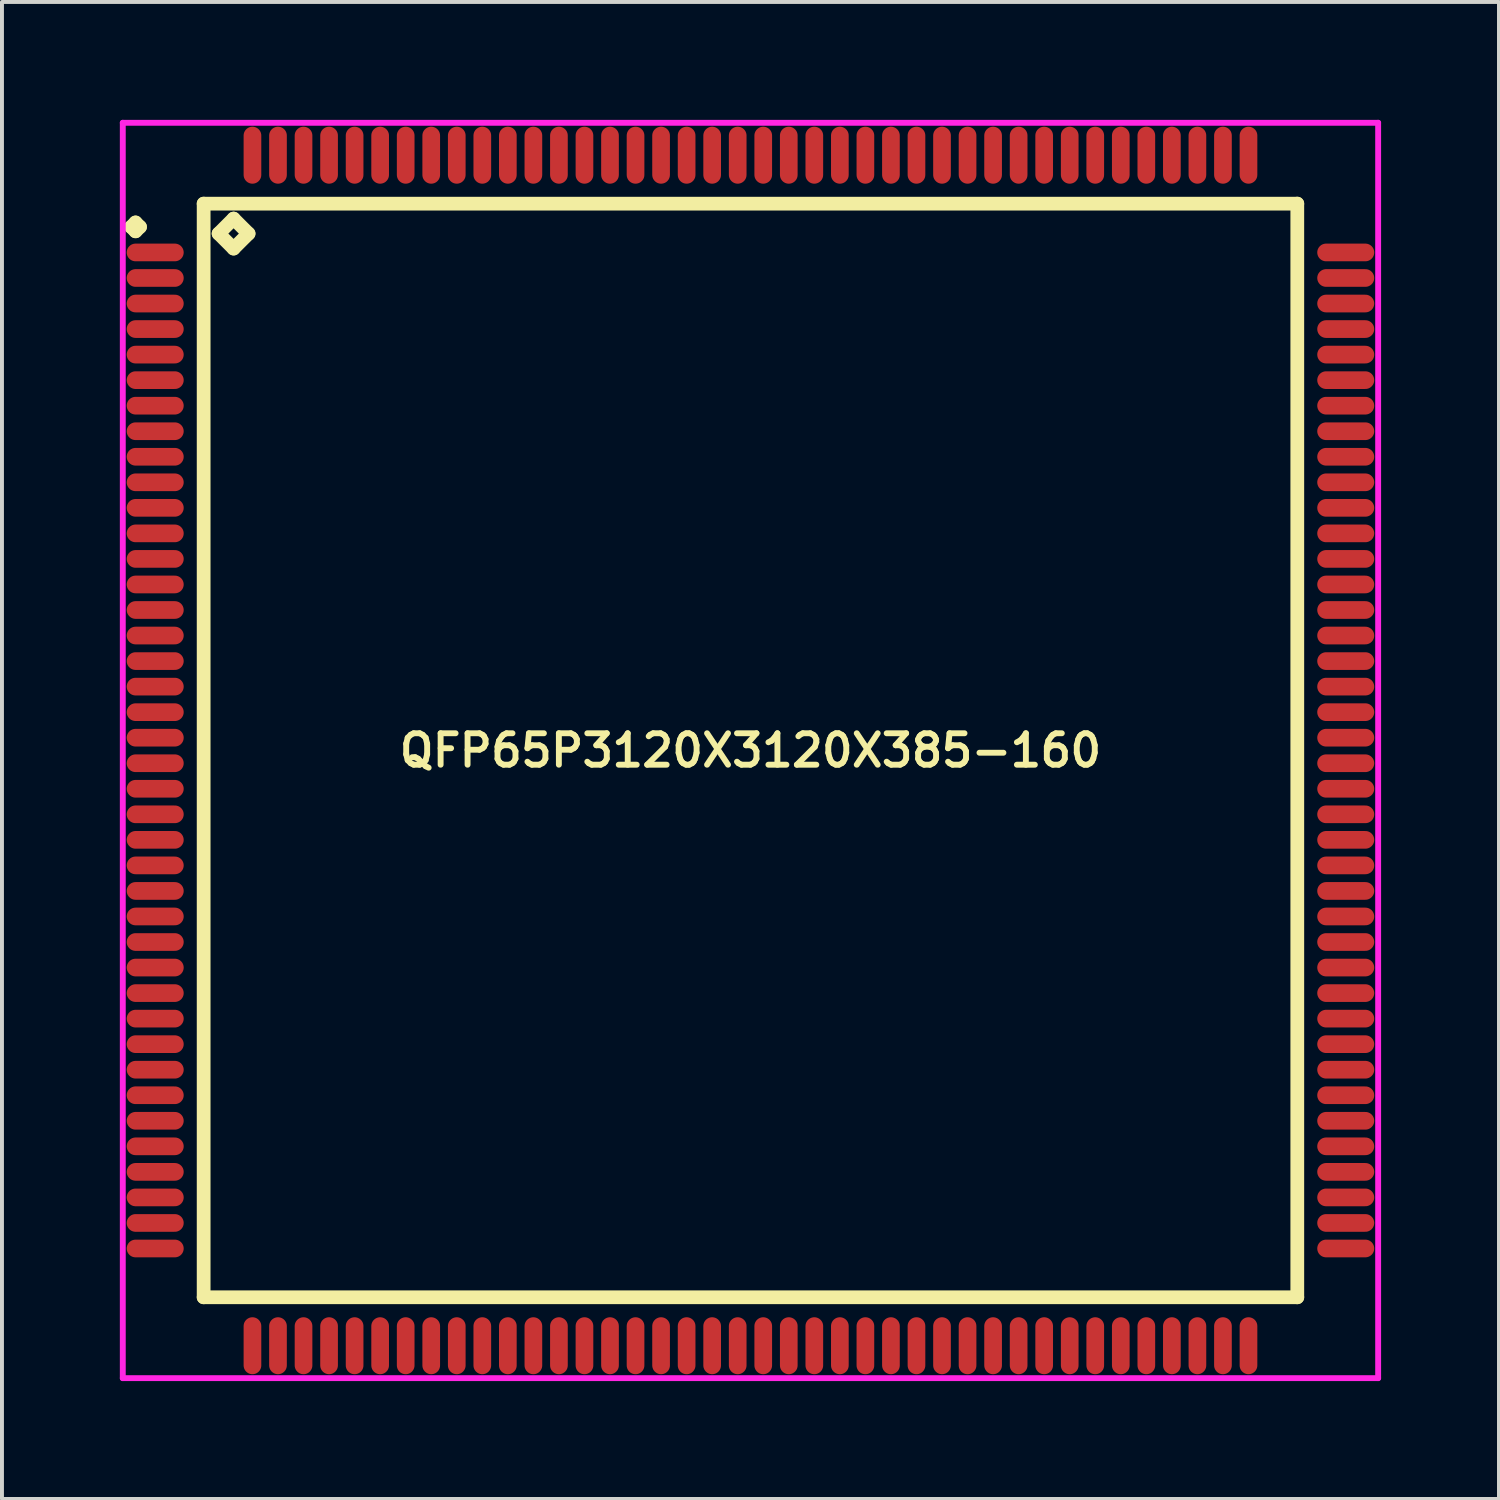
<source format=kicad_pcb>
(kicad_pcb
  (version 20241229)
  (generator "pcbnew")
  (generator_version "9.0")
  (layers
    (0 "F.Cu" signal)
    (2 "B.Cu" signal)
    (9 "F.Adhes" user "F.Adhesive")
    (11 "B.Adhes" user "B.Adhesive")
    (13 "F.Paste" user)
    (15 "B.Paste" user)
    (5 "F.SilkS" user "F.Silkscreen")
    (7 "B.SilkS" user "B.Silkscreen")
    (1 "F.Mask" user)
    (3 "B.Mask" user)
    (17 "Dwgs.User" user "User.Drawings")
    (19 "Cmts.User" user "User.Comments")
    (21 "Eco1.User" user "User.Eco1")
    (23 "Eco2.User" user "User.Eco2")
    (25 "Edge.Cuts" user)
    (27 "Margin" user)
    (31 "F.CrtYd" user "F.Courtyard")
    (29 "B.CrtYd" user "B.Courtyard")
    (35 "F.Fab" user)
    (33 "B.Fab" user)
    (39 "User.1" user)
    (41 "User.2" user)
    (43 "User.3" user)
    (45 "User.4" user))
  (footprint "QFP65P3120X3120X385-160"
    (layer "F.Cu")
    (at 16.05 16.05)
    (property "Reference" "QFP65P3120X3120X385-160" (at 0 0 0) (layer "F.SilkS") (effects (font (size 0.8 0.8) (thickness 0.15))))
    (attr through_hole)
    (fp_line (start -15.762 -13.325) (end -15.65 -13.438) (stroke (width 0.35) (type solid)) (layer "F.SilkS"))
    (fp_line (start -15.65 -13.438) (end -15.537 -13.325) (stroke (width 0.35) (type solid)) (layer "F.SilkS"))
    (fp_line (start -15.65 -13.213) (end -15.762 -13.325) (stroke (width 0.35) (type solid)) (layer "F.SilkS"))
    (fp_line (start -15.537 -13.325) (end -15.65 -13.213) (stroke (width 0.35) (type solid)) (layer "F.SilkS"))
    (fp_line (start -13.917 -13.917) (end -13.917 13.917) (stroke (width 0.35) (type solid)) (layer "F.SilkS"))
    (fp_line (start -13.917 13.917) (end 13.917 13.917) (stroke (width 0.35) (type solid)) (layer "F.SilkS"))
    (fp_line (start -13.536 -13.155) (end -13.155 -13.536) (stroke (width 0.35) (type solid)) (layer "F.SilkS"))
    (fp_line (start -13.155 -13.536) (end -12.774 -13.155) (stroke (width 0.35) (type solid)) (layer "F.SilkS"))
    (fp_line (start -13.155 -12.774) (end -13.536 -13.155) (stroke (width 0.35) (type solid)) (layer "F.SilkS"))
    (fp_line (start -12.774 -13.155) (end -13.155 -12.774) (stroke (width 0.35) (type solid)) (layer "F.SilkS"))
    (fp_line (start 13.917 -13.917) (end -13.917 -13.917) (stroke (width 0.35) (type solid)) (layer "F.SilkS"))
    (fp_line (start 13.917 13.917) (end 13.917 -13.917) (stroke (width 0.35) (type solid)) (layer "F.SilkS"))
    (fp_line (start -15.975 -15.975) (end 15.975 -15.975) (stroke (width 0.15) (type solid)) (layer "F.CrtYd"))
    (fp_line (start -15.975 15.975) (end -15.975 -15.975) (stroke (width 0.15) (type solid)) (layer "F.CrtYd"))
    (fp_line (start 15.975 -15.975) (end 15.975 15.975) (stroke (width 0.15) (type solid)) (layer "F.CrtYd"))
    (fp_line (start 15.975 15.975) (end -15.975 15.975) (stroke (width 0.15) (type solid)) (layer "F.CrtYd"))
    (pad "1" smd oval (at -15.15 -12.675) (size 1.45 0.45) (layers "F.Cu" "F.Mask" "F.Paste"))
    (pad "2" smd oval (at -15.15 -12.025) (size 1.45 0.45) (layers "F.Cu" "F.Mask" "F.Paste"))
    (pad "3" smd oval (at -15.15 -11.375) (size 1.45 0.45) (layers "F.Cu" "F.Mask" "F.Paste"))
    (pad "4" smd oval (at -15.15 -10.725) (size 1.45 0.45) (layers "F.Cu" "F.Mask" "F.Paste"))
    (pad "5" smd oval (at -15.15 -10.075) (size 1.45 0.45) (layers "F.Cu" "F.Mask" "F.Paste"))
    (pad "6" smd oval (at -15.15 -9.425) (size 1.45 0.45) (layers "F.Cu" "F.Mask" "F.Paste"))
    (pad "7" smd oval (at -15.15 -8.775) (size 1.45 0.45) (layers "F.Cu" "F.Mask" "F.Paste"))
    (pad "8" smd oval (at -15.15 -8.125) (size 1.45 0.45) (layers "F.Cu" "F.Mask" "F.Paste"))
    (pad "9" smd oval (at -15.15 -7.475) (size 1.45 0.45) (layers "F.Cu" "F.Mask" "F.Paste"))
    (pad "10" smd oval (at -15.15 -6.825) (size 1.45 0.45) (layers "F.Cu" "F.Mask" "F.Paste"))
    (pad "11" smd oval (at -15.15 -6.175) (size 1.45 0.45) (layers "F.Cu" "F.Mask" "F.Paste"))
    (pad "12" smd oval (at -15.15 -5.525) (size 1.45 0.45) (layers "F.Cu" "F.Mask" "F.Paste"))
    (pad "13" smd oval (at -15.15 -4.875) (size 1.45 0.45) (layers "F.Cu" "F.Mask" "F.Paste"))
    (pad "14" smd oval (at -15.15 -4.225) (size 1.45 0.45) (layers "F.Cu" "F.Mask" "F.Paste"))
    (pad "15" smd oval (at -15.15 -3.575) (size 1.45 0.45) (layers "F.Cu" "F.Mask" "F.Paste"))
    (pad "16" smd oval (at -15.15 -2.925) (size 1.45 0.45) (layers "F.Cu" "F.Mask" "F.Paste"))
    (pad "17" smd oval (at -15.15 -2.275) (size 1.45 0.45) (layers "F.Cu" "F.Mask" "F.Paste"))
    (pad "18" smd oval (at -15.15 -1.625) (size 1.45 0.45) (layers "F.Cu" "F.Mask" "F.Paste"))
    (pad "19" smd oval (at -15.15 -0.975) (size 1.45 0.45) (layers "F.Cu" "F.Mask" "F.Paste"))
    (pad "20" smd oval (at -15.15 -0.325) (size 1.45 0.45) (layers "F.Cu" "F.Mask" "F.Paste"))
    (pad "21" smd oval (at -15.15 0.325) (size 1.45 0.45) (layers "F.Cu" "F.Mask" "F.Paste"))
    (pad "22" smd oval (at -15.15 0.975) (size 1.45 0.45) (layers "F.Cu" "F.Mask" "F.Paste"))
    (pad "23" smd oval (at -15.15 1.625) (size 1.45 0.45) (layers "F.Cu" "F.Mask" "F.Paste"))
    (pad "24" smd oval (at -15.15 2.275) (size 1.45 0.45) (layers "F.Cu" "F.Mask" "F.Paste"))
    (pad "25" smd oval (at -15.15 2.925) (size 1.45 0.45) (layers "F.Cu" "F.Mask" "F.Paste"))
    (pad "26" smd oval (at -15.15 3.575) (size 1.45 0.45) (layers "F.Cu" "F.Mask" "F.Paste"))
    (pad "27" smd oval (at -15.15 4.225) (size 1.45 0.45) (layers "F.Cu" "F.Mask" "F.Paste"))
    (pad "28" smd oval (at -15.15 4.875) (size 1.45 0.45) (layers "F.Cu" "F.Mask" "F.Paste"))
    (pad "29" smd oval (at -15.15 5.525) (size 1.45 0.45) (layers "F.Cu" "F.Mask" "F.Paste"))
    (pad "30" smd oval (at -15.15 6.175) (size 1.45 0.45) (layers "F.Cu" "F.Mask" "F.Paste"))
    (pad "31" smd oval (at -15.15 6.825) (size 1.45 0.45) (layers "F.Cu" "F.Mask" "F.Paste"))
    (pad "32" smd oval (at -15.15 7.475) (size 1.45 0.45) (layers "F.Cu" "F.Mask" "F.Paste"))
    (pad "33" smd oval (at -15.15 8.125) (size 1.45 0.45) (layers "F.Cu" "F.Mask" "F.Paste"))
    (pad "34" smd oval (at -15.15 8.775) (size 1.45 0.45) (layers "F.Cu" "F.Mask" "F.Paste"))
    (pad "35" smd oval (at -15.15 9.425) (size 1.45 0.45) (layers "F.Cu" "F.Mask" "F.Paste"))
    (pad "36" smd oval (at -15.15 10.075) (size 1.45 0.45) (layers "F.Cu" "F.Mask" "F.Paste"))
    (pad "37" smd oval (at -15.15 10.725) (size 1.45 0.45) (layers "F.Cu" "F.Mask" "F.Paste"))
    (pad "38" smd oval (at -15.15 11.375) (size 1.45 0.45) (layers "F.Cu" "F.Mask" "F.Paste"))
    (pad "39" smd oval (at -15.15 12.025) (size 1.45 0.45) (layers "F.Cu" "F.Mask" "F.Paste"))
    (pad "40" smd oval (at -15.15 12.675) (size 1.45 0.45) (layers "F.Cu" "F.Mask" "F.Paste"))
    (pad "41" smd oval (at -12.675 15.15) (size 0.45 1.45) (layers "F.Cu" "F.Mask" "F.Paste"))
    (pad "42" smd oval (at -12.025 15.15) (size 0.45 1.45) (layers "F.Cu" "F.Mask" "F.Paste"))
    (pad "43" smd oval (at -11.375 15.15) (size 0.45 1.45) (layers "F.Cu" "F.Mask" "F.Paste"))
    (pad "44" smd oval (at -10.725 15.15) (size 0.45 1.45) (layers "F.Cu" "F.Mask" "F.Paste"))
    (pad "45" smd oval (at -10.075 15.15) (size 0.45 1.45) (layers "F.Cu" "F.Mask" "F.Paste"))
    (pad "46" smd oval (at -9.425 15.15) (size 0.45 1.45) (layers "F.Cu" "F.Mask" "F.Paste"))
    (pad "47" smd oval (at -8.775 15.15) (size 0.45 1.45) (layers "F.Cu" "F.Mask" "F.Paste"))
    (pad "48" smd oval (at -8.125 15.15) (size 0.45 1.45) (layers "F.Cu" "F.Mask" "F.Paste"))
    (pad "49" smd oval (at -7.475 15.15) (size 0.45 1.45) (layers "F.Cu" "F.Mask" "F.Paste"))
    (pad "50" smd oval (at -6.825 15.15) (size 0.45 1.45) (layers "F.Cu" "F.Mask" "F.Paste"))
    (pad "51" smd oval (at -6.175 15.15) (size 0.45 1.45) (layers "F.Cu" "F.Mask" "F.Paste"))
    (pad "52" smd oval (at -5.525 15.15) (size 0.45 1.45) (layers "F.Cu" "F.Mask" "F.Paste"))
    (pad "53" smd oval (at -4.875 15.15) (size 0.45 1.45) (layers "F.Cu" "F.Mask" "F.Paste"))
    (pad "54" smd oval (at -4.225 15.15) (size 0.45 1.45) (layers "F.Cu" "F.Mask" "F.Paste"))
    (pad "55" smd oval (at -3.575 15.15) (size 0.45 1.45) (layers "F.Cu" "F.Mask" "F.Paste"))
    (pad "56" smd oval (at -2.925 15.15) (size 0.45 1.45) (layers "F.Cu" "F.Mask" "F.Paste"))
    (pad "57" smd oval (at -2.275 15.15) (size 0.45 1.45) (layers "F.Cu" "F.Mask" "F.Paste"))
    (pad "58" smd oval (at -1.625 15.15) (size 0.45 1.45) (layers "F.Cu" "F.Mask" "F.Paste"))
    (pad "59" smd oval (at -0.975 15.15) (size 0.45 1.45) (layers "F.Cu" "F.Mask" "F.Paste"))
    (pad "60" smd oval (at -0.325 15.15) (size 0.45 1.45) (layers "F.Cu" "F.Mask" "F.Paste"))
    (pad "61" smd oval (at 0.325 15.15) (size 0.45 1.45) (layers "F.Cu" "F.Mask" "F.Paste"))
    (pad "62" smd oval (at 0.975 15.15) (size 0.45 1.45) (layers "F.Cu" "F.Mask" "F.Paste"))
    (pad "63" smd oval (at 1.625 15.15) (size 0.45 1.45) (layers "F.Cu" "F.Mask" "F.Paste"))
    (pad "64" smd oval (at 2.275 15.15) (size 0.45 1.45) (layers "F.Cu" "F.Mask" "F.Paste"))
    (pad "65" smd oval (at 2.925 15.15) (size 0.45 1.45) (layers "F.Cu" "F.Mask" "F.Paste"))
    (pad "66" smd oval (at 3.575 15.15) (size 0.45 1.45) (layers "F.Cu" "F.Mask" "F.Paste"))
    (pad "67" smd oval (at 4.225 15.15) (size 0.45 1.45) (layers "F.Cu" "F.Mask" "F.Paste"))
    (pad "68" smd oval (at 4.875 15.15) (size 0.45 1.45) (layers "F.Cu" "F.Mask" "F.Paste"))
    (pad "69" smd oval (at 5.525 15.15) (size 0.45 1.45) (layers "F.Cu" "F.Mask" "F.Paste"))
    (pad "70" smd oval (at 6.175 15.15) (size 0.45 1.45) (layers "F.Cu" "F.Mask" "F.Paste"))
    (pad "71" smd oval (at 6.825 15.15) (size 0.45 1.45) (layers "F.Cu" "F.Mask" "F.Paste"))
    (pad "72" smd oval (at 7.475 15.15) (size 0.45 1.45) (layers "F.Cu" "F.Mask" "F.Paste"))
    (pad "73" smd oval (at 8.125 15.15) (size 0.45 1.45) (layers "F.Cu" "F.Mask" "F.Paste"))
    (pad "74" smd oval (at 8.775 15.15) (size 0.45 1.45) (layers "F.Cu" "F.Mask" "F.Paste"))
    (pad "75" smd oval (at 9.425 15.15) (size 0.45 1.45) (layers "F.Cu" "F.Mask" "F.Paste"))
    (pad "76" smd oval (at 10.075 15.15) (size 0.45 1.45) (layers "F.Cu" "F.Mask" "F.Paste"))
    (pad "77" smd oval (at 10.725 15.15) (size 0.45 1.45) (layers "F.Cu" "F.Mask" "F.Paste"))
    (pad "78" smd oval (at 11.375 15.15) (size 0.45 1.45) (layers "F.Cu" "F.Mask" "F.Paste"))
    (pad "79" smd oval (at 12.025 15.15) (size 0.45 1.45) (layers "F.Cu" "F.Mask" "F.Paste"))
    (pad "80" smd oval (at 12.675 15.15) (size 0.45 1.45) (layers "F.Cu" "F.Mask" "F.Paste"))
    (pad "81" smd oval (at 15.15 12.675) (size 1.45 0.45) (layers "F.Cu" "F.Mask" "F.Paste"))
    (pad "82" smd oval (at 15.15 12.025) (size 1.45 0.45) (layers "F.Cu" "F.Mask" "F.Paste"))
    (pad "83" smd oval (at 15.15 11.375) (size 1.45 0.45) (layers "F.Cu" "F.Mask" "F.Paste"))
    (pad "84" smd oval (at 15.15 10.725) (size 1.45 0.45) (layers "F.Cu" "F.Mask" "F.Paste"))
    (pad "85" smd oval (at 15.15 10.075) (size 1.45 0.45) (layers "F.Cu" "F.Mask" "F.Paste"))
    (pad "86" smd oval (at 15.15 9.425) (size 1.45 0.45) (layers "F.Cu" "F.Mask" "F.Paste"))
    (pad "87" smd oval (at 15.15 8.775) (size 1.45 0.45) (layers "F.Cu" "F.Mask" "F.Paste"))
    (pad "88" smd oval (at 15.15 8.125) (size 1.45 0.45) (layers "F.Cu" "F.Mask" "F.Paste"))
    (pad "89" smd oval (at 15.15 7.475) (size 1.45 0.45) (layers "F.Cu" "F.Mask" "F.Paste"))
    (pad "90" smd oval (at 15.15 6.825) (size 1.45 0.45) (layers "F.Cu" "F.Mask" "F.Paste"))
    (pad "91" smd oval (at 15.15 6.175) (size 1.45 0.45) (layers "F.Cu" "F.Mask" "F.Paste"))
    (pad "92" smd oval (at 15.15 5.525) (size 1.45 0.45) (layers "F.Cu" "F.Mask" "F.Paste"))
    (pad "93" smd oval (at 15.15 4.875) (size 1.45 0.45) (layers "F.Cu" "F.Mask" "F.Paste"))
    (pad "94" smd oval (at 15.15 4.225) (size 1.45 0.45) (layers "F.Cu" "F.Mask" "F.Paste"))
    (pad "95" smd oval (at 15.15 3.575) (size 1.45 0.45) (layers "F.Cu" "F.Mask" "F.Paste"))
    (pad "96" smd oval (at 15.15 2.925) (size 1.45 0.45) (layers "F.Cu" "F.Mask" "F.Paste"))
    (pad "97" smd oval (at 15.15 2.275) (size 1.45 0.45) (layers "F.Cu" "F.Mask" "F.Paste"))
    (pad "98" smd oval (at 15.15 1.625) (size 1.45 0.45) (layers "F.Cu" "F.Mask" "F.Paste"))
    (pad "99" smd oval (at 15.15 0.975) (size 1.45 0.45) (layers "F.Cu" "F.Mask" "F.Paste"))
    (pad "100" smd oval (at 15.15 0.325) (size 1.45 0.45) (layers "F.Cu" "F.Mask" "F.Paste"))
    (pad "101" smd oval (at 15.15 -0.325) (size 1.45 0.45) (layers "F.Cu" "F.Mask" "F.Paste"))
    (pad "102" smd oval (at 15.15 -0.975) (size 1.45 0.45) (layers "F.Cu" "F.Mask" "F.Paste"))
    (pad "103" smd oval (at 15.15 -1.625) (size 1.45 0.45) (layers "F.Cu" "F.Mask" "F.Paste"))
    (pad "104" smd oval (at 15.15 -2.275) (size 1.45 0.45) (layers "F.Cu" "F.Mask" "F.Paste"))
    (pad "105" smd oval (at 15.15 -2.925) (size 1.45 0.45) (layers "F.Cu" "F.Mask" "F.Paste"))
    (pad "106" smd oval (at 15.15 -3.575) (size 1.45 0.45) (layers "F.Cu" "F.Mask" "F.Paste"))
    (pad "107" smd oval (at 15.15 -4.225) (size 1.45 0.45) (layers "F.Cu" "F.Mask" "F.Paste"))
    (pad "108" smd oval (at 15.15 -4.875) (size 1.45 0.45) (layers "F.Cu" "F.Mask" "F.Paste"))
    (pad "109" smd oval (at 15.15 -5.525) (size 1.45 0.45) (layers "F.Cu" "F.Mask" "F.Paste"))
    (pad "110" smd oval (at 15.15 -6.175) (size 1.45 0.45) (layers "F.Cu" "F.Mask" "F.Paste"))
    (pad "111" smd oval (at 15.15 -6.825) (size 1.45 0.45) (layers "F.Cu" "F.Mask" "F.Paste"))
    (pad "112" smd oval (at 15.15 -7.475) (size 1.45 0.45) (layers "F.Cu" "F.Mask" "F.Paste"))
    (pad "113" smd oval (at 15.15 -8.125) (size 1.45 0.45) (layers "F.Cu" "F.Mask" "F.Paste"))
    (pad "114" smd oval (at 15.15 -8.775) (size 1.45 0.45) (layers "F.Cu" "F.Mask" "F.Paste"))
    (pad "115" smd oval (at 15.15 -9.425) (size 1.45 0.45) (layers "F.Cu" "F.Mask" "F.Paste"))
    (pad "116" smd oval (at 15.15 -10.075) (size 1.45 0.45) (layers "F.Cu" "F.Mask" "F.Paste"))
    (pad "117" smd oval (at 15.15 -10.725) (size 1.45 0.45) (layers "F.Cu" "F.Mask" "F.Paste"))
    (pad "118" smd oval (at 15.15 -11.375) (size 1.45 0.45) (layers "F.Cu" "F.Mask" "F.Paste"))
    (pad "119" smd oval (at 15.15 -12.025) (size 1.45 0.45) (layers "F.Cu" "F.Mask" "F.Paste"))
    (pad "120" smd oval (at 15.15 -12.675) (size 1.45 0.45) (layers "F.Cu" "F.Mask" "F.Paste"))
    (pad "121" smd oval (at 12.675 -15.15) (size 0.45 1.45) (layers "F.Cu" "F.Mask" "F.Paste"))
    (pad "122" smd oval (at 12.025 -15.15) (size 0.45 1.45) (layers "F.Cu" "F.Mask" "F.Paste"))
    (pad "123" smd oval (at 11.375 -15.15) (size 0.45 1.45) (layers "F.Cu" "F.Mask" "F.Paste"))
    (pad "124" smd oval (at 10.725 -15.15) (size 0.45 1.45) (layers "F.Cu" "F.Mask" "F.Paste"))
    (pad "125" smd oval (at 10.075 -15.15) (size 0.45 1.45) (layers "F.Cu" "F.Mask" "F.Paste"))
    (pad "126" smd oval (at 9.425 -15.15) (size 0.45 1.45) (layers "F.Cu" "F.Mask" "F.Paste"))
    (pad "127" smd oval (at 8.775 -15.15) (size 0.45 1.45) (layers "F.Cu" "F.Mask" "F.Paste"))
    (pad "128" smd oval (at 8.125 -15.15) (size 0.45 1.45) (layers "F.Cu" "F.Mask" "F.Paste"))
    (pad "129" smd oval (at 7.475 -15.15) (size 0.45 1.45) (layers "F.Cu" "F.Mask" "F.Paste"))
    (pad "130" smd oval (at 6.825 -15.15) (size 0.45 1.45) (layers "F.Cu" "F.Mask" "F.Paste"))
    (pad "131" smd oval (at 6.175 -15.15) (size 0.45 1.45) (layers "F.Cu" "F.Mask" "F.Paste"))
    (pad "132" smd oval (at 5.525 -15.15) (size 0.45 1.45) (layers "F.Cu" "F.Mask" "F.Paste"))
    (pad "133" smd oval (at 4.875 -15.15) (size 0.45 1.45) (layers "F.Cu" "F.Mask" "F.Paste"))
    (pad "134" smd oval (at 4.225 -15.15) (size 0.45 1.45) (layers "F.Cu" "F.Mask" "F.Paste"))
    (pad "135" smd oval (at 3.575 -15.15) (size 0.45 1.45) (layers "F.Cu" "F.Mask" "F.Paste"))
    (pad "136" smd oval (at 2.925 -15.15) (size 0.45 1.45) (layers "F.Cu" "F.Mask" "F.Paste"))
    (pad "137" smd oval (at 2.275 -15.15) (size 0.45 1.45) (layers "F.Cu" "F.Mask" "F.Paste"))
    (pad "138" smd oval (at 1.625 -15.15) (size 0.45 1.45) (layers "F.Cu" "F.Mask" "F.Paste"))
    (pad "139" smd oval (at 0.975 -15.15) (size 0.45 1.45) (layers "F.Cu" "F.Mask" "F.Paste"))
    (pad "140" smd oval (at 0.325 -15.15) (size 0.45 1.45) (layers "F.Cu" "F.Mask" "F.Paste"))
    (pad "141" smd oval (at -0.325 -15.15) (size 0.45 1.45) (layers "F.Cu" "F.Mask" "F.Paste"))
    (pad "142" smd oval (at -0.975 -15.15) (size 0.45 1.45) (layers "F.Cu" "F.Mask" "F.Paste"))
    (pad "143" smd oval (at -1.625 -15.15) (size 0.45 1.45) (layers "F.Cu" "F.Mask" "F.Paste"))
    (pad "144" smd oval (at -2.275 -15.15) (size 0.45 1.45) (layers "F.Cu" "F.Mask" "F.Paste"))
    (pad "145" smd oval (at -2.925 -15.15) (size 0.45 1.45) (layers "F.Cu" "F.Mask" "F.Paste"))
    (pad "146" smd oval (at -3.575 -15.15) (size 0.45 1.45) (layers "F.Cu" "F.Mask" "F.Paste"))
    (pad "147" smd oval (at -4.225 -15.15) (size 0.45 1.45) (layers "F.Cu" "F.Mask" "F.Paste"))
    (pad "148" smd oval (at -4.875 -15.15) (size 0.45 1.45) (layers "F.Cu" "F.Mask" "F.Paste"))
    (pad "149" smd oval (at -5.525 -15.15) (size 0.45 1.45) (layers "F.Cu" "F.Mask" "F.Paste"))
    (pad "150" smd oval (at -6.175 -15.15) (size 0.45 1.45) (layers "F.Cu" "F.Mask" "F.Paste"))
    (pad "151" smd oval (at -6.825 -15.15) (size 0.45 1.45) (layers "F.Cu" "F.Mask" "F.Paste"))
    (pad "152" smd oval (at -7.475 -15.15) (size 0.45 1.45) (layers "F.Cu" "F.Mask" "F.Paste"))
    (pad "153" smd oval (at -8.125 -15.15) (size 0.45 1.45) (layers "F.Cu" "F.Mask" "F.Paste"))
    (pad "154" smd oval (at -8.775 -15.15) (size 0.45 1.45) (layers "F.Cu" "F.Mask" "F.Paste"))
    (pad "155" smd oval (at -9.425 -15.15) (size 0.45 1.45) (layers "F.Cu" "F.Mask" "F.Paste"))
    (pad "156" smd oval (at -10.075 -15.15) (size 0.45 1.45) (layers "F.Cu" "F.Mask" "F.Paste"))
    (pad "157" smd oval (at -10.725 -15.15) (size 0.45 1.45) (layers "F.Cu" "F.Mask" "F.Paste"))
    (pad "158" smd oval (at -11.375 -15.15) (size 0.45 1.45) (layers "F.Cu" "F.Mask" "F.Paste"))
    (pad "159" smd oval (at -12.025 -15.15) (size 0.45 1.45) (layers "F.Cu" "F.Mask" "F.Paste"))
    (pad "160" smd oval (at -12.675 -15.15) (size 0.45 1.45) (layers "F.Cu" "F.Mask" "F.Paste")))
  (gr_rect
    (start -3 -3)
    (end 35.1 35.1)
    (stroke (width 0.1) (type default))
    (fill no)
    (layer "Edge.Cuts")))
</source>
